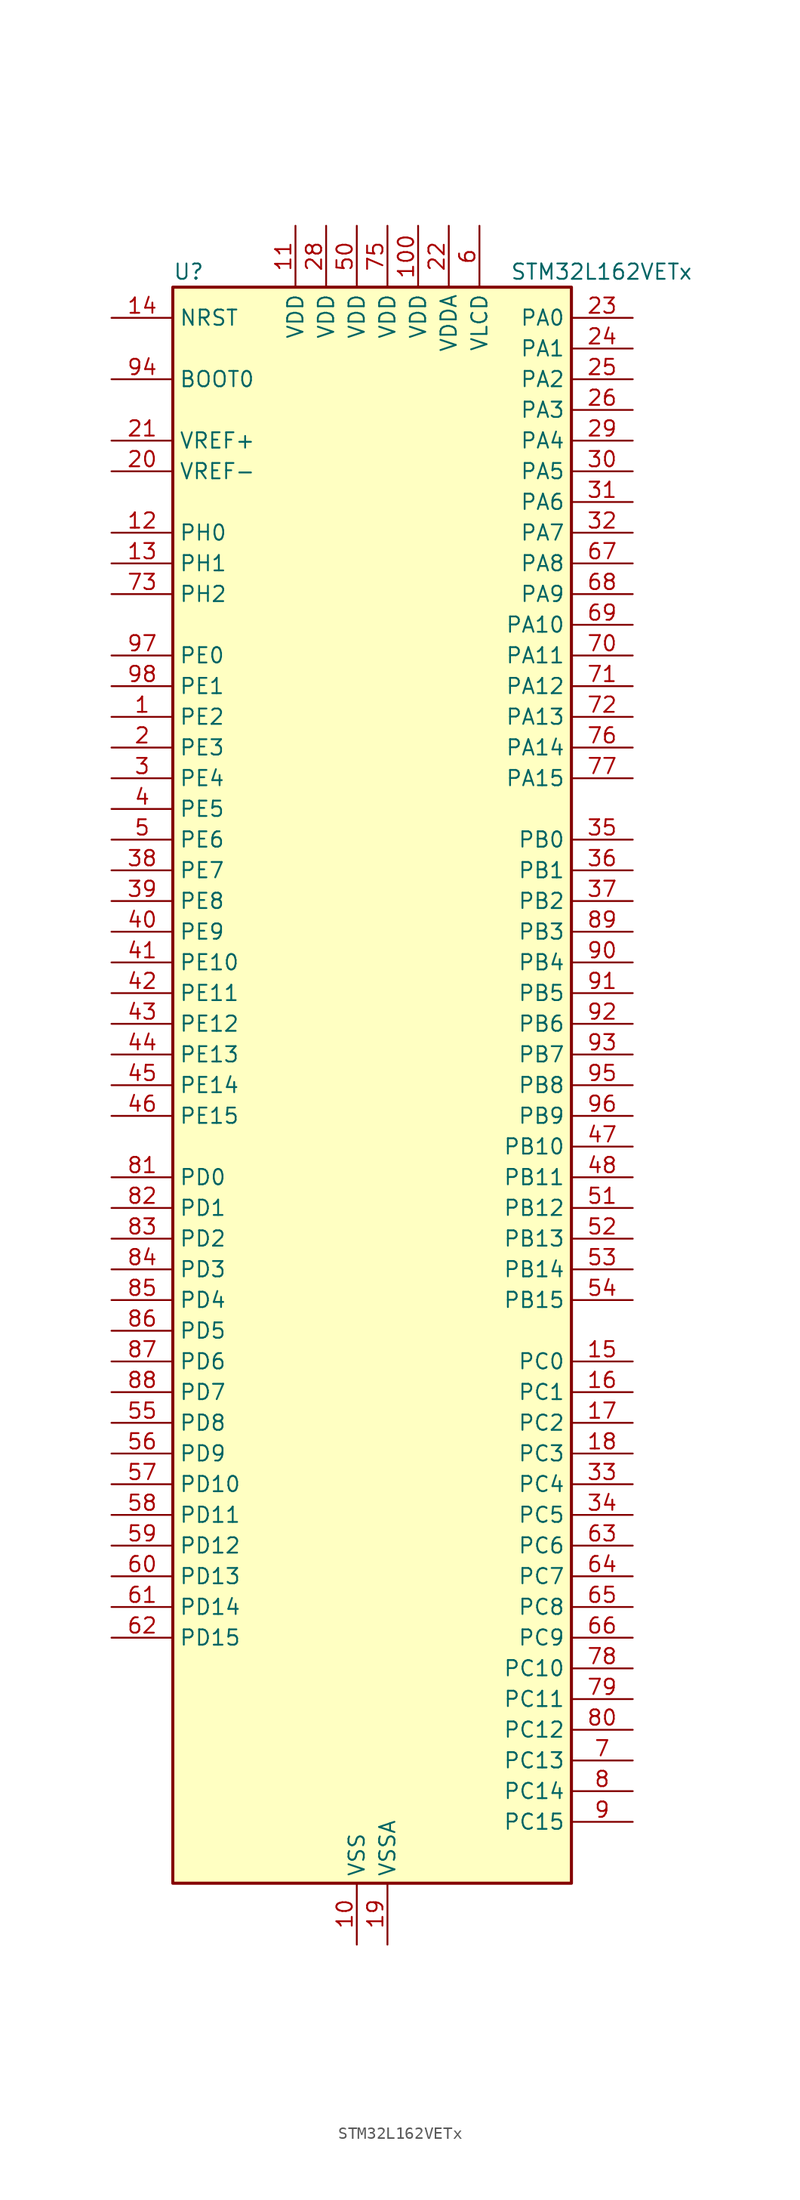
<source format=kicad_sym>
(kicad_symbol_lib
  (version 20231120)
  (generator "kicad-library-utils")
  (generator_version "8.0")
  (symbol "STM32L162VETx"
    (property "Reference" "U"
      (at -15.24 67.31 0)
      (effects (font (size 1.27 1.27)) (justify left)))
    (property "Value" "STM32L162VETx"
      (at 12.7 67.31 0)
      (effects (font (size 1.27 1.27)) (justify left)))
    (symbol "STM32L162VETx_0_1"
      (rectangle (start -15.24 -66.04) (end 17.78 66.04) (stroke (width 0.254) (type default)) (fill (type background))))
    (symbol "STM32L162VETx_1_1"
      (pin bidirectional line (at -20.32 30.48 0) (length 5.08) (name "PE2" (effects (font (size 1.27 1.27)))) (number "1" (effects (font (size 1.27 1.27)))) (alternate "LCD_SEG38" bidirectional line) (alternate "SYS_TRACECK" bidirectional line) (alternate "TIM3_ETR" bidirectional line) (alternate "TIMX_IC3" bidirectional line))
      (pin power_in line (at 0 -71.12 90) (length 5.08) (name "VSS" (effects (font (size 1.27 1.27)))) (number "10" (effects (font (size 1.27 1.27)))))
      (pin power_in line (at 5.08 71.12 270) (length 5.08) (name "VDD" (effects (font (size 1.27 1.27)))) (number "100" (effects (font (size 1.27 1.27)))))
      (pin power_in line (at -5.08 71.12 270) (length 5.08) (name "VDD" (effects (font (size 1.27 1.27)))) (number "11" (effects (font (size 1.27 1.27)))))
      (pin bidirectional line (at -20.32 45.72 0) (length 5.08) (name "PH0" (effects (font (size 1.27 1.27)))) (number "12" (effects (font (size 1.27 1.27)))) (alternate "RCC_OSC_IN" bidirectional line))
      (pin bidirectional line (at -20.32 43.18 0) (length 5.08) (name "PH1" (effects (font (size 1.27 1.27)))) (number "13" (effects (font (size 1.27 1.27)))) (alternate "RCC_OSC_OUT" bidirectional line))
      (pin input line (at -20.32 63.5 0) (length 5.08) (name "NRST" (effects (font (size 1.27 1.27)))) (number "14" (effects (font (size 1.27 1.27)))))
      (pin bidirectional line (at 22.86 -22.86 180) (length 5.08) (name "PC0" (effects (font (size 1.27 1.27)))) (number "15" (effects (font (size 1.27 1.27)))) (alternate "ADC_IN10" bidirectional line) (alternate "COMP1_INP" bidirectional line) (alternate "LCD_SEG18" bidirectional line) (alternate "TIMX_IC1" bidirectional line) (alternate "TS_G8_IO1" bidirectional line))
      (pin bidirectional line (at 22.86 -25.4 180) (length 5.08) (name "PC1" (effects (font (size 1.27 1.27)))) (number "16" (effects (font (size 1.27 1.27)))) (alternate "ADC_IN11" bidirectional line) (alternate "COMP1_INP" bidirectional line) (alternate "LCD_SEG19" bidirectional line) (alternate "TIMX_IC2" bidirectional line) (alternate "TS_G8_IO2" bidirectional line))
      (pin bidirectional line (at 22.86 -27.94 180) (length 5.08) (name "PC2" (effects (font (size 1.27 1.27)))) (number "17" (effects (font (size 1.27 1.27)))) (alternate "ADC_IN12" bidirectional line) (alternate "COMP1_INP" bidirectional line) (alternate "LCD_SEG20" bidirectional line) (alternate "TIMX_IC3" bidirectional line) (alternate "TS_G8_IO3" bidirectional line))
      (pin bidirectional line (at 22.86 -30.48 180) (length 5.08) (name "PC3" (effects (font (size 1.27 1.27)))) (number "18" (effects (font (size 1.27 1.27)))) (alternate "ADC_IN13" bidirectional line) (alternate "COMP1_INP" bidirectional line) (alternate "LCD_SEG21" bidirectional line) (alternate "TIMX_IC4" bidirectional line) (alternate "TS_G8_IO4" bidirectional line))
      (pin power_in line (at 2.54 -71.12 90) (length 5.08) (name "VSSA" (effects (font (size 1.27 1.27)))) (number "19" (effects (font (size 1.27 1.27)))))
      (pin bidirectional line (at -20.32 27.94 0) (length 5.08) (name "PE3" (effects (font (size 1.27 1.27)))) (number "2" (effects (font (size 1.27 1.27)))) (alternate "LCD_SEG39" bidirectional line) (alternate "SYS_TRACED0" bidirectional line) (alternate "TIM3_CH1" bidirectional line) (alternate "TIMX_IC4" bidirectional line))
      (pin input line (at -20.32 50.8 0) (length 5.08) (name "VREF-" (effects (font (size 1.27 1.27)))) (number "20" (effects (font (size 1.27 1.27)))))
      (pin input line (at -20.32 53.34 0) (length 5.08) (name "VREF+" (effects (font (size 1.27 1.27)))) (number "21" (effects (font (size 1.27 1.27)))))
      (pin power_in line (at 7.62 71.12 270) (length 5.08) (name "VDDA" (effects (font (size 1.27 1.27)))) (number "22" (effects (font (size 1.27 1.27)))))
      (pin bidirectional line (at 22.86 63.5 180) (length 5.08) (name "PA0" (effects (font (size 1.27 1.27)))) (number "23" (effects (font (size 1.27 1.27)))) (alternate "ADC_IN0" bidirectional line) (alternate "COMP1_INP" bidirectional line) (alternate "RTC_TAMP2" bidirectional line) (alternate "SYS_WKUP1" bidirectional line) (alternate "TIM2_CH1" bidirectional line) (alternate "TIM2_ETR" bidirectional line) (alternate "TIM5_CH1" bidirectional line) (alternate "TIMX_IC1" bidirectional line) (alternate "TS_G1_IO1" bidirectional line) (alternate "USART2_CTS" bidirectional line))
      (pin bidirectional line (at 22.86 60.96 180) (length 5.08) (name "PA1" (effects (font (size 1.27 1.27)))) (number "24" (effects (font (size 1.27 1.27)))) (alternate "ADC_IN1" bidirectional line) (alternate "COMP1_INP" bidirectional line) (alternate "LCD_SEG0" bidirectional line) (alternate "OPAMP1_VINP" bidirectional line) (alternate "TIM2_CH2" bidirectional line) (alternate "TIM5_CH2" bidirectional line) (alternate "TIMX_IC2" bidirectional line) (alternate "TS_G1_IO2" bidirectional line) (alternate "USART2_RTS" bidirectional line))
      (pin bidirectional line (at 22.86 58.42 180) (length 5.08) (name "PA2" (effects (font (size 1.27 1.27)))) (number "25" (effects (font (size 1.27 1.27)))) (alternate "ADC_IN2" bidirectional line) (alternate "COMP1_INP" bidirectional line) (alternate "LCD_SEG1" bidirectional line) (alternate "OPAMP1_VINM" bidirectional line) (alternate "TIM2_CH3" bidirectional line) (alternate "TIM5_CH3" bidirectional line) (alternate "TIM9_CH1" bidirectional line) (alternate "TIMX_IC3" bidirectional line) (alternate "TS_G1_IO3" bidirectional line) (alternate "USART2_TX" bidirectional line))
      (pin bidirectional line (at 22.86 55.88 180) (length 5.08) (name "PA3" (effects (font (size 1.27 1.27)))) (number "26" (effects (font (size 1.27 1.27)))) (alternate "ADC_IN3" bidirectional line) (alternate "COMP1_INP" bidirectional line) (alternate "LCD_SEG2" bidirectional line) (alternate "OPAMP1_VOUT" bidirectional line) (alternate "TIM2_CH4" bidirectional line) (alternate "TIM5_CH4" bidirectional line) (alternate "TIM9_CH2" bidirectional line) (alternate "TIMX_IC4" bidirectional line) (alternate "TS_G1_IO4" bidirectional line) (alternate "USART2_RX" bidirectional line))
      (pin passive line (at 0 -71.12 90) (length 5.08) hide (name "VSS" (effects (font (size 1.27 1.27)))) (number "27" (effects (font (size 1.27 1.27)))))
      (pin power_in line (at -2.54 71.12 270) (length 5.08) (name "VDD" (effects (font (size 1.27 1.27)))) (number "28" (effects (font (size 1.27 1.27)))))
      (pin bidirectional line (at 22.86 53.34 180) (length 5.08) (name "PA4" (effects (font (size 1.27 1.27)))) (number "29" (effects (font (size 1.27 1.27)))) (alternate "ADC_IN4" bidirectional line) (alternate "COMP1_INP" bidirectional line) (alternate "DAC_OUT1" bidirectional line) (alternate "I2S3_WS" bidirectional line) (alternate "SPI1_NSS" bidirectional line) (alternate "SPI3_NSS" bidirectional line) (alternate "TIMX_IC1" bidirectional line) (alternate "USART2_CK" bidirectional line))
      (pin bidirectional line (at -20.32 25.4 0) (length 5.08) (name "PE4" (effects (font (size 1.27 1.27)))) (number "3" (effects (font (size 1.27 1.27)))) (alternate "SYS_TRACED1" bidirectional line) (alternate "TIM3_CH2" bidirectional line) (alternate "TIMX_IC1" bidirectional line))
      (pin bidirectional line (at 22.86 50.8 180) (length 5.08) (name "PA5" (effects (font (size 1.27 1.27)))) (number "30" (effects (font (size 1.27 1.27)))) (alternate "ADC_IN5" bidirectional line) (alternate "COMP1_INP" bidirectional line) (alternate "DAC_OUT2" bidirectional line) (alternate "SPI1_SCK" bidirectional line) (alternate "TIM2_CH1" bidirectional line) (alternate "TIM2_ETR" bidirectional line) (alternate "TIMX_IC2" bidirectional line))
      (pin bidirectional line (at 22.86 48.26 180) (length 5.08) (name "PA6" (effects (font (size 1.27 1.27)))) (number "31" (effects (font (size 1.27 1.27)))) (alternate "ADC_IN6" bidirectional line) (alternate "COMP1_INP" bidirectional line) (alternate "LCD_SEG3" bidirectional line) (alternate "OPAMP2_VINP" bidirectional line) (alternate "SPI1_MISO" bidirectional line) (alternate "TIM10_CH1" bidirectional line) (alternate "TIM3_CH1" bidirectional line) (alternate "TIMX_IC3" bidirectional line) (alternate "TS_G2_IO1" bidirectional line))
      (pin bidirectional line (at 22.86 45.72 180) (length 5.08) (name "PA7" (effects (font (size 1.27 1.27)))) (number "32" (effects (font (size 1.27 1.27)))) (alternate "ADC_IN7" bidirectional line) (alternate "COMP1_INP" bidirectional line) (alternate "LCD_SEG4" bidirectional line) (alternate "OPAMP2_VINM" bidirectional line) (alternate "SPI1_MOSI" bidirectional line) (alternate "TIM11_CH1" bidirectional line) (alternate "TIM3_CH2" bidirectional line) (alternate "TIMX_IC4" bidirectional line) (alternate "TS_G2_IO2" bidirectional line))
      (pin bidirectional line (at 22.86 -33.02 180) (length 5.08) (name "PC4" (effects (font (size 1.27 1.27)))) (number "33" (effects (font (size 1.27 1.27)))) (alternate "ADC_IN14" bidirectional line) (alternate "COMP1_INP" bidirectional line) (alternate "LCD_SEG22" bidirectional line) (alternate "TIMX_IC1" bidirectional line) (alternate "TS_G9_IO1" bidirectional line))
      (pin bidirectional line (at 22.86 -35.56 180) (length 5.08) (name "PC5" (effects (font (size 1.27 1.27)))) (number "34" (effects (font (size 1.27 1.27)))) (alternate "ADC_IN15" bidirectional line) (alternate "COMP1_INP" bidirectional line) (alternate "LCD_SEG23" bidirectional line) (alternate "TIMX_IC2" bidirectional line) (alternate "TS_G9_IO2" bidirectional line))
      (pin bidirectional line (at 22.86 20.32 180) (length 5.08) (name "PB0" (effects (font (size 1.27 1.27)))) (number "35" (effects (font (size 1.27 1.27)))) (alternate "ADC_IN8" bidirectional line) (alternate "COMP1_INP" bidirectional line) (alternate "LCD_SEG5" bidirectional line) (alternate "OPAMP2_VOUT" bidirectional line) (alternate "SYS_V_REF_OUT" bidirectional line) (alternate "TIM3_CH3" bidirectional line) (alternate "TS_G3_IO1" bidirectional line))
      (pin bidirectional line (at 22.86 17.78 180) (length 5.08) (name "PB1" (effects (font (size 1.27 1.27)))) (number "36" (effects (font (size 1.27 1.27)))) (alternate "ADC_IN9" bidirectional line) (alternate "COMP1_INP" bidirectional line) (alternate "LCD_SEG6" bidirectional line) (alternate "SYS_V_REF_OUT" bidirectional line) (alternate "TIM3_CH4" bidirectional line) (alternate "TS_G3_IO2" bidirectional line))
      (pin bidirectional line (at 22.86 15.24 180) (length 5.08) (name "PB2" (effects (font (size 1.27 1.27)))) (number "37" (effects (font (size 1.27 1.27)))) (alternate "ADC_IN0b" bidirectional line) (alternate "TS_G3_IO3" bidirectional line))
      (pin bidirectional line (at -20.32 17.78 0) (length 5.08) (name "PE7" (effects (font (size 1.27 1.27)))) (number "38" (effects (font (size 1.27 1.27)))) (alternate "ADC_IN22" bidirectional line) (alternate "COMP1_INP" bidirectional line) (alternate "TIMX_IC4" bidirectional line))
      (pin bidirectional line (at -20.32 15.24 0) (length 5.08) (name "PE8" (effects (font (size 1.27 1.27)))) (number "39" (effects (font (size 1.27 1.27)))) (alternate "ADC_IN23" bidirectional line) (alternate "COMP1_INP" bidirectional line) (alternate "TIMX_IC1" bidirectional line))
      (pin bidirectional line (at -20.32 22.86 0) (length 5.08) (name "PE5" (effects (font (size 1.27 1.27)))) (number "4" (effects (font (size 1.27 1.27)))) (alternate "SYS_TRACED2" bidirectional line) (alternate "TIM9_CH1" bidirectional line) (alternate "TIMX_IC2" bidirectional line))
      (pin bidirectional line (at -20.32 12.7 0) (length 5.08) (name "PE9" (effects (font (size 1.27 1.27)))) (number "40" (effects (font (size 1.27 1.27)))) (alternate "ADC_IN24" bidirectional line) (alternate "COMP1_INP" bidirectional line) (alternate "DAC_EXTI9" bidirectional line) (alternate "TIM2_CH1" bidirectional line) (alternate "TIM2_ETR" bidirectional line) (alternate "TIMX_IC2" bidirectional line))
      (pin bidirectional line (at -20.32 10.16 0) (length 5.08) (name "PE10" (effects (font (size 1.27 1.27)))) (number "41" (effects (font (size 1.27 1.27)))) (alternate "ADC_IN25" bidirectional line) (alternate "COMP1_INP" bidirectional line) (alternate "TIM2_CH2" bidirectional line) (alternate "TIMX_IC3" bidirectional line))
      (pin bidirectional line (at -20.32 7.62 0) (length 5.08) (name "PE11" (effects (font (size 1.27 1.27)))) (number "42" (effects (font (size 1.27 1.27)))) (alternate "ADC_EXTI11" bidirectional line) (alternate "TIM2_CH3" bidirectional line) (alternate "TIMX_IC4" bidirectional line))
      (pin bidirectional line (at -20.32 5.08 0) (length 5.08) (name "PE12" (effects (font (size 1.27 1.27)))) (number "43" (effects (font (size 1.27 1.27)))) (alternate "SPI1_NSS" bidirectional line) (alternate "TIM2_CH4" bidirectional line) (alternate "TIMX_IC1" bidirectional line))
      (pin bidirectional line (at -20.32 2.54 0) (length 5.08) (name "PE13" (effects (font (size 1.27 1.27)))) (number "44" (effects (font (size 1.27 1.27)))) (alternate "SPI1_SCK" bidirectional line) (alternate "TIMX_IC2" bidirectional line))
      (pin bidirectional line (at -20.32 0 0) (length 5.08) (name "PE14" (effects (font (size 1.27 1.27)))) (number "45" (effects (font (size 1.27 1.27)))) (alternate "SPI1_MISO" bidirectional line) (alternate "TIMX_IC3" bidirectional line))
      (pin bidirectional line (at -20.32 -2.54 0) (length 5.08) (name "PE15" (effects (font (size 1.27 1.27)))) (number "46" (effects (font (size 1.27 1.27)))) (alternate "ADC_EXTI15" bidirectional line) (alternate "SPI1_MOSI" bidirectional line) (alternate "TIMX_IC4" bidirectional line))
      (pin bidirectional line (at 22.86 -5.08 180) (length 5.08) (name "PB10" (effects (font (size 1.27 1.27)))) (number "47" (effects (font (size 1.27 1.27)))) (alternate "I2C2_SCL" bidirectional line) (alternate "LCD_SEG10" bidirectional line) (alternate "TIM2_CH3" bidirectional line) (alternate "USART3_TX" bidirectional line))
      (pin bidirectional line (at 22.86 -7.62 180) (length 5.08) (name "PB11" (effects (font (size 1.27 1.27)))) (number "48" (effects (font (size 1.27 1.27)))) (alternate "ADC_EXTI11" bidirectional line) (alternate "I2C2_SDA" bidirectional line) (alternate "LCD_SEG11" bidirectional line) (alternate "TIM2_CH4" bidirectional line) (alternate "USART3_RX" bidirectional line))
      (pin passive line (at 0 -71.12 90) (length 5.08) hide (name "VSS" (effects (font (size 1.27 1.27)))) (number "49" (effects (font (size 1.27 1.27)))))
      (pin bidirectional line (at -20.32 20.32 0) (length 5.08) (name "PE6" (effects (font (size 1.27 1.27)))) (number "5" (effects (font (size 1.27 1.27)))) (alternate "RTC_TAMP3" bidirectional line) (alternate "SYS_TRACED3" bidirectional line) (alternate "SYS_WKUP3" bidirectional line) (alternate "TIM9_CH2" bidirectional line) (alternate "TIMX_IC3" bidirectional line))
      (pin power_in line (at 0 71.12 270) (length 5.08) (name "VDD" (effects (font (size 1.27 1.27)))) (number "50" (effects (font (size 1.27 1.27)))))
      (pin bidirectional line (at 22.86 -10.16 180) (length 5.08) (name "PB12" (effects (font (size 1.27 1.27)))) (number "51" (effects (font (size 1.27 1.27)))) (alternate "ADC_IN18" bidirectional line) (alternate "COMP1_INP" bidirectional line) (alternate "I2C2_SMBA" bidirectional line) (alternate "I2S2_WS" bidirectional line) (alternate "LCD_SEG12" bidirectional line) (alternate "SPI2_NSS" bidirectional line) (alternate "TIM10_CH1" bidirectional line) (alternate "TS_G7_IO1" bidirectional line) (alternate "USART3_CK" bidirectional line))
      (pin bidirectional line (at 22.86 -12.7 180) (length 5.08) (name "PB13" (effects (font (size 1.27 1.27)))) (number "52" (effects (font (size 1.27 1.27)))) (alternate "ADC_IN19" bidirectional line) (alternate "COMP1_INP" bidirectional line) (alternate "I2S2_CK" bidirectional line) (alternate "LCD_SEG13" bidirectional line) (alternate "SPI2_SCK" bidirectional line) (alternate "TIM9_CH1" bidirectional line) (alternate "TS_G7_IO2" bidirectional line) (alternate "USART3_CTS" bidirectional line))
      (pin bidirectional line (at 22.86 -15.24 180) (length 5.08) (name "PB14" (effects (font (size 1.27 1.27)))) (number "53" (effects (font (size 1.27 1.27)))) (alternate "ADC_IN20" bidirectional line) (alternate "COMP1_INP" bidirectional line) (alternate "LCD_SEG14" bidirectional line) (alternate "SPI2_MISO" bidirectional line) (alternate "TIM9_CH2" bidirectional line) (alternate "TS_G7_IO3" bidirectional line) (alternate "USART3_RTS" bidirectional line))
      (pin bidirectional line (at 22.86 -17.78 180) (length 5.08) (name "PB15" (effects (font (size 1.27 1.27)))) (number "54" (effects (font (size 1.27 1.27)))) (alternate "ADC_EXTI15" bidirectional line) (alternate "ADC_IN21" bidirectional line) (alternate "COMP1_INP" bidirectional line) (alternate "I2S2_SD" bidirectional line) (alternate "LCD_SEG15" bidirectional line) (alternate "RTC_REFIN" bidirectional line) (alternate "SPI2_MOSI" bidirectional line) (alternate "TIM11_CH1" bidirectional line) (alternate "TS_G7_IO4" bidirectional line))
      (pin bidirectional line (at -20.32 -27.94 0) (length 5.08) (name "PD8" (effects (font (size 1.27 1.27)))) (number "55" (effects (font (size 1.27 1.27)))) (alternate "LCD_SEG28" bidirectional line) (alternate "TIMX_IC1" bidirectional line) (alternate "USART3_TX" bidirectional line))
      (pin bidirectional line (at -20.32 -30.48 0) (length 5.08) (name "PD9" (effects (font (size 1.27 1.27)))) (number "56" (effects (font (size 1.27 1.27)))) (alternate "DAC_EXTI9" bidirectional line) (alternate "LCD_SEG29" bidirectional line) (alternate "TIMX_IC2" bidirectional line) (alternate "USART3_RX" bidirectional line))
      (pin bidirectional line (at -20.32 -33.02 0) (length 5.08) (name "PD10" (effects (font (size 1.27 1.27)))) (number "57" (effects (font (size 1.27 1.27)))) (alternate "LCD_SEG30" bidirectional line) (alternate "TIMX_IC3" bidirectional line) (alternate "USART3_CK" bidirectional line))
      (pin bidirectional line (at -20.32 -35.56 0) (length 5.08) (name "PD11" (effects (font (size 1.27 1.27)))) (number "58" (effects (font (size 1.27 1.27)))) (alternate "ADC_EXTI11" bidirectional line) (alternate "LCD_SEG31" bidirectional line) (alternate "TIMX_IC4" bidirectional line) (alternate "USART3_CTS" bidirectional line))
      (pin bidirectional line (at -20.32 -38.1 0) (length 5.08) (name "PD12" (effects (font (size 1.27 1.27)))) (number "59" (effects (font (size 1.27 1.27)))) (alternate "LCD_SEG32" bidirectional line) (alternate "TIM4_CH1" bidirectional line) (alternate "TIMX_IC1" bidirectional line) (alternate "USART3_RTS" bidirectional line))
      (pin power_in line (at 10.16 71.12 270) (length 5.08) (name "VLCD" (effects (font (size 1.27 1.27)))) (number "6" (effects (font (size 1.27 1.27)))))
      (pin bidirectional line (at -20.32 -40.64 0) (length 5.08) (name "PD13" (effects (font (size 1.27 1.27)))) (number "60" (effects (font (size 1.27 1.27)))) (alternate "LCD_SEG33" bidirectional line) (alternate "TIM4_CH2" bidirectional line) (alternate "TIMX_IC2" bidirectional line))
      (pin bidirectional line (at -20.32 -43.18 0) (length 5.08) (name "PD14" (effects (font (size 1.27 1.27)))) (number "61" (effects (font (size 1.27 1.27)))) (alternate "LCD_SEG34" bidirectional line) (alternate "TIM4_CH3" bidirectional line) (alternate "TIMX_IC3" bidirectional line))
      (pin bidirectional line (at -20.32 -45.72 0) (length 5.08) (name "PD15" (effects (font (size 1.27 1.27)))) (number "62" (effects (font (size 1.27 1.27)))) (alternate "ADC_EXTI15" bidirectional line) (alternate "LCD_SEG35" bidirectional line) (alternate "TIM4_CH4" bidirectional line) (alternate "TIMX_IC4" bidirectional line))
      (pin bidirectional line (at 22.86 -38.1 180) (length 5.08) (name "PC6" (effects (font (size 1.27 1.27)))) (number "63" (effects (font (size 1.27 1.27)))) (alternate "I2S2_MCK" bidirectional line) (alternate "LCD_SEG24" bidirectional line) (alternate "TIM3_CH1" bidirectional line) (alternate "TIMX_IC3" bidirectional line) (alternate "TS_G10_IO1" bidirectional line))
      (pin bidirectional line (at 22.86 -40.64 180) (length 5.08) (name "PC7" (effects (font (size 1.27 1.27)))) (number "64" (effects (font (size 1.27 1.27)))) (alternate "I2S3_MCK" bidirectional line) (alternate "LCD_SEG25" bidirectional line) (alternate "TIM3_CH2" bidirectional line) (alternate "TIMX_IC4" bidirectional line) (alternate "TS_G10_IO2" bidirectional line))
      (pin bidirectional line (at 22.86 -43.18 180) (length 5.08) (name "PC8" (effects (font (size 1.27 1.27)))) (number "65" (effects (font (size 1.27 1.27)))) (alternate "LCD_SEG26" bidirectional line) (alternate "TIM3_CH3" bidirectional line) (alternate "TIMX_IC1" bidirectional line) (alternate "TS_G10_IO3" bidirectional line))
      (pin bidirectional line (at 22.86 -45.72 180) (length 5.08) (name "PC9" (effects (font (size 1.27 1.27)))) (number "66" (effects (font (size 1.27 1.27)))) (alternate "DAC_EXTI9" bidirectional line) (alternate "LCD_SEG27" bidirectional line) (alternate "TIM3_CH4" bidirectional line) (alternate "TIMX_IC2" bidirectional line) (alternate "TS_G10_IO4" bidirectional line))
      (pin bidirectional line (at 22.86 43.18 180) (length 5.08) (name "PA8" (effects (font (size 1.27 1.27)))) (number "67" (effects (font (size 1.27 1.27)))) (alternate "LCD_COM0" bidirectional line) (alternate "RCC_MCO" bidirectional line) (alternate "TIMX_IC1" bidirectional line) (alternate "TS_G4_IO1" bidirectional line) (alternate "USART1_CK" bidirectional line))
      (pin bidirectional line (at 22.86 40.64 180) (length 5.08) (name "PA9" (effects (font (size 1.27 1.27)))) (number "68" (effects (font (size 1.27 1.27)))) (alternate "DAC_EXTI9" bidirectional line) (alternate "LCD_COM1" bidirectional line) (alternate "TIMX_IC2" bidirectional line) (alternate "TS_G4_IO2" bidirectional line) (alternate "USART1_TX" bidirectional line))
      (pin bidirectional line (at 22.86 38.1 180) (length 5.08) (name "PA10" (effects (font (size 1.27 1.27)))) (number "69" (effects (font (size 1.27 1.27)))) (alternate "LCD_COM2" bidirectional line) (alternate "TIMX_IC3" bidirectional line) (alternate "TS_G4_IO3" bidirectional line) (alternate "USART1_RX" bidirectional line))
      (pin bidirectional line (at 22.86 -55.88 180) (length 5.08) (name "PC13" (effects (font (size 1.27 1.27)))) (number "7" (effects (font (size 1.27 1.27)))) (alternate "RTC_OUT_ALARM" bidirectional line) (alternate "RTC_OUT_CALIB" bidirectional line) (alternate "RTC_TAMP1" bidirectional line) (alternate "RTC_TS" bidirectional line) (alternate "SYS_WKUP2" bidirectional line) (alternate "TIMX_IC2" bidirectional line))
      (pin bidirectional line (at 22.86 35.56 180) (length 5.08) (name "PA11" (effects (font (size 1.27 1.27)))) (number "70" (effects (font (size 1.27 1.27)))) (alternate "ADC_EXTI11" bidirectional line) (alternate "SPI1_MISO" bidirectional line) (alternate "TIMX_IC4" bidirectional line) (alternate "USART1_CTS" bidirectional line) (alternate "USB_DM" bidirectional line))
      (pin bidirectional line (at 22.86 33.02 180) (length 5.08) (name "PA12" (effects (font (size 1.27 1.27)))) (number "71" (effects (font (size 1.27 1.27)))) (alternate "SPI1_MOSI" bidirectional line) (alternate "TIMX_IC1" bidirectional line) (alternate "USART1_RTS" bidirectional line) (alternate "USB_DP" bidirectional line))
      (pin bidirectional line (at 22.86 30.48 180) (length 5.08) (name "PA13" (effects (font (size 1.27 1.27)))) (number "72" (effects (font (size 1.27 1.27)))) (alternate "SYS_JTMS-SWDIO" bidirectional line) (alternate "TIMX_IC2" bidirectional line) (alternate "TS_G5_IO1" bidirectional line))
      (pin bidirectional line (at -20.32 40.64 0) (length 5.08) (name "PH2" (effects (font (size 1.27 1.27)))) (number "73" (effects (font (size 1.27 1.27)))))
      (pin passive line (at 0 -71.12 90) (length 5.08) hide (name "VSS" (effects (font (size 1.27 1.27)))) (number "74" (effects (font (size 1.27 1.27)))))
      (pin power_in line (at 2.54 71.12 270) (length 5.08) (name "VDD" (effects (font (size 1.27 1.27)))) (number "75" (effects (font (size 1.27 1.27)))))
      (pin bidirectional line (at 22.86 27.94 180) (length 5.08) (name "PA14" (effects (font (size 1.27 1.27)))) (number "76" (effects (font (size 1.27 1.27)))) (alternate "SYS_JTCK-SWCLK" bidirectional line) (alternate "TIMX_IC3" bidirectional line) (alternate "TS_G5_IO2" bidirectional line))
      (pin bidirectional line (at 22.86 25.4 180) (length 5.08) (name "PA15" (effects (font (size 1.27 1.27)))) (number "77" (effects (font (size 1.27 1.27)))) (alternate "ADC_EXTI15" bidirectional line) (alternate "I2S3_WS" bidirectional line) (alternate "LCD_SEG17" bidirectional line) (alternate "SPI1_NSS" bidirectional line) (alternate "SPI3_NSS" bidirectional line) (alternate "SYS_JTDI" bidirectional line) (alternate "TIM2_CH1" bidirectional line) (alternate "TIM2_ETR" bidirectional line) (alternate "TIMX_IC4" bidirectional line) (alternate "TS_G5_IO3" bidirectional line))
      (pin bidirectional line (at 22.86 -48.26 180) (length 5.08) (name "PC10" (effects (font (size 1.27 1.27)))) (number "78" (effects (font (size 1.27 1.27)))) (alternate "I2S3_CK" bidirectional line) (alternate "LCD_COM4" bidirectional line) (alternate "LCD_SEG28" bidirectional line) (alternate "LCD_SEG40" bidirectional line) (alternate "SPI3_SCK" bidirectional line) (alternate "TIMX_IC3" bidirectional line) (alternate "UART4_TX" bidirectional line) (alternate "USART3_TX" bidirectional line))
      (pin bidirectional line (at 22.86 -50.8 180) (length 5.08) (name "PC11" (effects (font (size 1.27 1.27)))) (number "79" (effects (font (size 1.27 1.27)))) (alternate "ADC_EXTI11" bidirectional line) (alternate "LCD_COM5" bidirectional line) (alternate "LCD_SEG29" bidirectional line) (alternate "LCD_SEG41" bidirectional line) (alternate "SPI3_MISO" bidirectional line) (alternate "TIMX_IC4" bidirectional line) (alternate "UART4_RX" bidirectional line) (alternate "USART3_RX" bidirectional line))
      (pin bidirectional line (at 22.86 -58.42 180) (length 5.08) (name "PC14" (effects (font (size 1.27 1.27)))) (number "8" (effects (font (size 1.27 1.27)))) (alternate "RCC_OSC32_IN" bidirectional line) (alternate "TIMX_IC3" bidirectional line))
      (pin bidirectional line (at 22.86 -53.34 180) (length 5.08) (name "PC12" (effects (font (size 1.27 1.27)))) (number "80" (effects (font (size 1.27 1.27)))) (alternate "I2S3_SD" bidirectional line) (alternate "LCD_COM6" bidirectional line) (alternate "LCD_SEG30" bidirectional line) (alternate "LCD_SEG42" bidirectional line) (alternate "SPI3_MOSI" bidirectional line) (alternate "TIMX_IC1" bidirectional line) (alternate "UART5_TX" bidirectional line) (alternate "USART3_CK" bidirectional line))
      (pin bidirectional line (at -20.32 -7.62 0) (length 5.08) (name "PD0" (effects (font (size 1.27 1.27)))) (number "81" (effects (font (size 1.27 1.27)))) (alternate "I2S2_WS" bidirectional line) (alternate "SPI2_NSS" bidirectional line) (alternate "TIM9_CH1" bidirectional line) (alternate "TIMX_IC1" bidirectional line))
      (pin bidirectional line (at -20.32 -10.16 0) (length 5.08) (name "PD1" (effects (font (size 1.27 1.27)))) (number "82" (effects (font (size 1.27 1.27)))) (alternate "I2S2_CK" bidirectional line) (alternate "SPI2_SCK" bidirectional line) (alternate "TIMX_IC2" bidirectional line))
      (pin bidirectional line (at -20.32 -12.7 0) (length 5.08) (name "PD2" (effects (font (size 1.27 1.27)))) (number "83" (effects (font (size 1.27 1.27)))) (alternate "LCD_COM7" bidirectional line) (alternate "LCD_SEG31" bidirectional line) (alternate "LCD_SEG43" bidirectional line) (alternate "TIM3_ETR" bidirectional line) (alternate "TIMX_IC3" bidirectional line) (alternate "UART5_RX" bidirectional line))
      (pin bidirectional line (at -20.32 -15.24 0) (length 5.08) (name "PD3" (effects (font (size 1.27 1.27)))) (number "84" (effects (font (size 1.27 1.27)))) (alternate "SPI2_MISO" bidirectional line) (alternate "TIMX_IC4" bidirectional line) (alternate "USART2_CTS" bidirectional line))
      (pin bidirectional line (at -20.32 -17.78 0) (length 5.08) (name "PD4" (effects (font (size 1.27 1.27)))) (number "85" (effects (font (size 1.27 1.27)))) (alternate "I2S2_SD" bidirectional line) (alternate "SPI2_MOSI" bidirectional line) (alternate "TIMX_IC1" bidirectional line) (alternate "USART2_RTS" bidirectional line))
      (pin bidirectional line (at -20.32 -20.32 0) (length 5.08) (name "PD5" (effects (font (size 1.27 1.27)))) (number "86" (effects (font (size 1.27 1.27)))) (alternate "TIMX_IC2" bidirectional line) (alternate "USART2_TX" bidirectional line))
      (pin bidirectional line (at -20.32 -22.86 0) (length 5.08) (name "PD6" (effects (font (size 1.27 1.27)))) (number "87" (effects (font (size 1.27 1.27)))) (alternate "TIMX_IC3" bidirectional line) (alternate "USART2_RX" bidirectional line))
      (pin bidirectional line (at -20.32 -25.4 0) (length 5.08) (name "PD7" (effects (font (size 1.27 1.27)))) (number "88" (effects (font (size 1.27 1.27)))) (alternate "TIM9_CH2" bidirectional line) (alternate "TIMX_IC4" bidirectional line) (alternate "USART2_CK" bidirectional line))
      (pin bidirectional line (at 22.86 12.7 180) (length 5.08) (name "PB3" (effects (font (size 1.27 1.27)))) (number "89" (effects (font (size 1.27 1.27)))) (alternate "COMP2_INM" bidirectional line) (alternate "I2S3_CK" bidirectional line) (alternate "LCD_SEG7" bidirectional line) (alternate "SPI1_SCK" bidirectional line) (alternate "SPI3_SCK" bidirectional line) (alternate "SYS_JTDO-TRACESWO" bidirectional line) (alternate "TIM2_CH2" bidirectional line))
      (pin bidirectional line (at 22.86 -60.96 180) (length 5.08) (name "PC15" (effects (font (size 1.27 1.27)))) (number "9" (effects (font (size 1.27 1.27)))) (alternate "ADC_EXTI15" bidirectional line) (alternate "RCC_OSC32_OUT" bidirectional line) (alternate "TIMX_IC4" bidirectional line))
      (pin bidirectional line (at 22.86 10.16 180) (length 5.08) (name "PB4" (effects (font (size 1.27 1.27)))) (number "90" (effects (font (size 1.27 1.27)))) (alternate "COMP2_INP" bidirectional line) (alternate "LCD_SEG8" bidirectional line) (alternate "SPI1_MISO" bidirectional line) (alternate "SPI3_MISO" bidirectional line) (alternate "SYS_JTRST" bidirectional line) (alternate "TIM3_CH1" bidirectional line) (alternate "TS_G6_IO1" bidirectional line))
      (pin bidirectional line (at 22.86 7.62 180) (length 5.08) (name "PB5" (effects (font (size 1.27 1.27)))) (number "91" (effects (font (size 1.27 1.27)))) (alternate "COMP2_INP" bidirectional line) (alternate "I2C1_SMBA" bidirectional line) (alternate "I2S3_SD" bidirectional line) (alternate "LCD_SEG9" bidirectional line) (alternate "SPI1_MOSI" bidirectional line) (alternate "SPI3_MOSI" bidirectional line) (alternate "TIM3_CH2" bidirectional line) (alternate "TS_G6_IO2" bidirectional line))
      (pin bidirectional line (at 22.86 5.08 180) (length 5.08) (name "PB6" (effects (font (size 1.27 1.27)))) (number "92" (effects (font (size 1.27 1.27)))) (alternate "COMP2_INP" bidirectional line) (alternate "I2C1_SCL" bidirectional line) (alternate "TIM4_CH1" bidirectional line) (alternate "TS_G6_IO3" bidirectional line) (alternate "USART1_TX" bidirectional line))
      (pin bidirectional line (at 22.86 2.54 180) (length 5.08) (name "PB7" (effects (font (size 1.27 1.27)))) (number "93" (effects (font (size 1.27 1.27)))) (alternate "COMP2_INP" bidirectional line) (alternate "I2C1_SDA" bidirectional line) (alternate "SYS_PVD_IN" bidirectional line) (alternate "TIM4_CH2" bidirectional line) (alternate "TS_G6_IO4" bidirectional line) (alternate "USART1_RX" bidirectional line))
      (pin input line (at -20.32 58.42 0) (length 5.08) (name "BOOT0" (effects (font (size 1.27 1.27)))) (number "94" (effects (font (size 1.27 1.27)))))
      (pin bidirectional line (at 22.86 0 180) (length 5.08) (name "PB8" (effects (font (size 1.27 1.27)))) (number "95" (effects (font (size 1.27 1.27)))) (alternate "I2C1_SCL" bidirectional line) (alternate "LCD_SEG16" bidirectional line) (alternate "TIM10_CH1" bidirectional line) (alternate "TIM4_CH3" bidirectional line))
      (pin bidirectional line (at 22.86 -2.54 180) (length 5.08) (name "PB9" (effects (font (size 1.27 1.27)))) (number "96" (effects (font (size 1.27 1.27)))) (alternate "DAC_EXTI9" bidirectional line) (alternate "I2C1_SDA" bidirectional line) (alternate "LCD_COM3" bidirectional line) (alternate "TIM11_CH1" bidirectional line) (alternate "TIM4_CH4" bidirectional line))
      (pin bidirectional line (at -20.32 35.56 0) (length 5.08) (name "PE0" (effects (font (size 1.27 1.27)))) (number "97" (effects (font (size 1.27 1.27)))) (alternate "LCD_SEG36" bidirectional line) (alternate "TIM10_CH1" bidirectional line) (alternate "TIM4_ETR" bidirectional line) (alternate "TIMX_IC1" bidirectional line))
      (pin bidirectional line (at -20.32 33.02 0) (length 5.08) (name "PE1" (effects (font (size 1.27 1.27)))) (number "98" (effects (font (size 1.27 1.27)))) (alternate "LCD_SEG37" bidirectional line) (alternate "TIM11_CH1" bidirectional line) (alternate "TIMX_IC2" bidirectional line))
      (pin passive line (at 0 -71.12 90) (length 5.08) hide (name "VSS" (effects (font (size 1.27 1.27)))) (number "99" (effects (font (size 1.27 1.27))))))))
</source>
